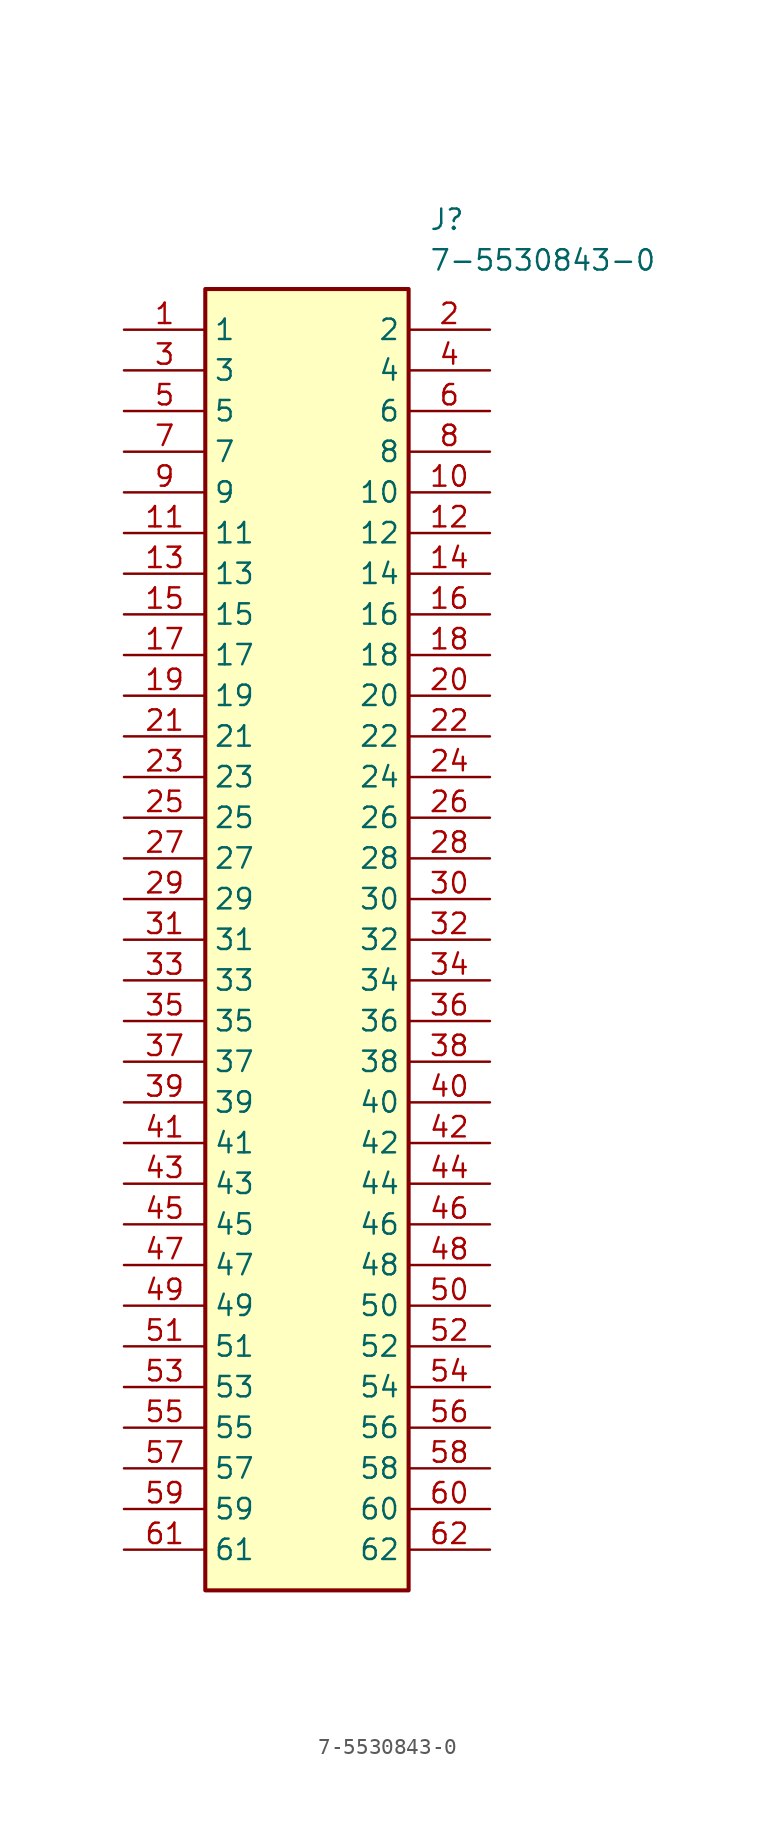
<source format=kicad_sym>
(kicad_symbol_lib
  (version 20211014)
  (generator SamacSys_ECAD_Model)
  (symbol "7-5530843-0"
    (property "Reference" "J"
      (at 19.05 7.62 0)
      (effects (font (size 1.27 1.27)) (justify left top)))
    (property "Value" "7-5530843-0"
      (at 19.05 5.08 0)
      (effects (font (size 1.27 1.27)) (justify left top)))
    (rectangle
      (start 5.08 2.54)
      (end 17.78 -78.74)
      (stroke (width 0.254) (type default))
      (fill (type background)))
    (pin passive line
      (at 0 0 0)
      (length 5.08)
      (name "1" (effects (font (size 1.27 1.27))))
      (number "1" (effects (font (size 1.27 1.27)))))
    (pin passive line
      (at 22.86 0 180)
      (length 5.08)
      (name "2" (effects (font (size 1.27 1.27))))
      (number "2" (effects (font (size 1.27 1.27)))))
    (pin passive line
      (at 0 -2.54 0)
      (length 5.08)
      (name "3" (effects (font (size 1.27 1.27))))
      (number "3" (effects (font (size 1.27 1.27)))))
    (pin passive line
      (at 22.86 -2.54 180)
      (length 5.08)
      (name "4" (effects (font (size 1.27 1.27))))
      (number "4" (effects (font (size 1.27 1.27)))))
    (pin passive line
      (at 0 -5.08 0)
      (length 5.08)
      (name "5" (effects (font (size 1.27 1.27))))
      (number "5" (effects (font (size 1.27 1.27)))))
    (pin passive line
      (at 22.86 -5.08 180)
      (length 5.08)
      (name "6" (effects (font (size 1.27 1.27))))
      (number "6" (effects (font (size 1.27 1.27)))))
    (pin passive line
      (at 0 -7.62 0)
      (length 5.08)
      (name "7" (effects (font (size 1.27 1.27))))
      (number "7" (effects (font (size 1.27 1.27)))))
    (pin passive line
      (at 22.86 -7.62 180)
      (length 5.08)
      (name "8" (effects (font (size 1.27 1.27))))
      (number "8" (effects (font (size 1.27 1.27)))))
    (pin passive line
      (at 0 -10.16 0)
      (length 5.08)
      (name "9" (effects (font (size 1.27 1.27))))
      (number "9" (effects (font (size 1.27 1.27)))))
    (pin passive line
      (at 22.86 -10.16 180)
      (length 5.08)
      (name "10" (effects (font (size 1.27 1.27))))
      (number "10" (effects (font (size 1.27 1.27)))))
    (pin passive line
      (at 0 -12.7 0)
      (length 5.08)
      (name "11" (effects (font (size 1.27 1.27))))
      (number "11" (effects (font (size 1.27 1.27)))))
    (pin passive line
      (at 22.86 -12.7 180)
      (length 5.08)
      (name "12" (effects (font (size 1.27 1.27))))
      (number "12" (effects (font (size 1.27 1.27)))))
    (pin passive line
      (at 0 -15.24 0)
      (length 5.08)
      (name "13" (effects (font (size 1.27 1.27))))
      (number "13" (effects (font (size 1.27 1.27)))))
    (pin passive line
      (at 22.86 -15.24 180)
      (length 5.08)
      (name "14" (effects (font (size 1.27 1.27))))
      (number "14" (effects (font (size 1.27 1.27)))))
    (pin passive line
      (at 0 -17.78 0)
      (length 5.08)
      (name "15" (effects (font (size 1.27 1.27))))
      (number "15" (effects (font (size 1.27 1.27)))))
    (pin passive line
      (at 22.86 -17.78 180)
      (length 5.08)
      (name "16" (effects (font (size 1.27 1.27))))
      (number "16" (effects (font (size 1.27 1.27)))))
    (pin passive line
      (at 0 -20.32 0)
      (length 5.08)
      (name "17" (effects (font (size 1.27 1.27))))
      (number "17" (effects (font (size 1.27 1.27)))))
    (pin passive line
      (at 22.86 -20.32 180)
      (length 5.08)
      (name "18" (effects (font (size 1.27 1.27))))
      (number "18" (effects (font (size 1.27 1.27)))))
    (pin passive line
      (at 0 -22.86 0)
      (length 5.08)
      (name "19" (effects (font (size 1.27 1.27))))
      (number "19" (effects (font (size 1.27 1.27)))))
    (pin passive line
      (at 22.86 -22.86 180)
      (length 5.08)
      (name "20" (effects (font (size 1.27 1.27))))
      (number "20" (effects (font (size 1.27 1.27)))))
    (pin passive line
      (at 0 -25.4 0)
      (length 5.08)
      (name "21" (effects (font (size 1.27 1.27))))
      (number "21" (effects (font (size 1.27 1.27)))))
    (pin passive line
      (at 22.86 -25.4 180)
      (length 5.08)
      (name "22" (effects (font (size 1.27 1.27))))
      (number "22" (effects (font (size 1.27 1.27)))))
    (pin passive line
      (at 0 -27.94 0)
      (length 5.08)
      (name "23" (effects (font (size 1.27 1.27))))
      (number "23" (effects (font (size 1.27 1.27)))))
    (pin passive line
      (at 22.86 -27.94 180)
      (length 5.08)
      (name "24" (effects (font (size 1.27 1.27))))
      (number "24" (effects (font (size 1.27 1.27)))))
    (pin passive line
      (at 0 -30.48 0)
      (length 5.08)
      (name "25" (effects (font (size 1.27 1.27))))
      (number "25" (effects (font (size 1.27 1.27)))))
    (pin passive line
      (at 22.86 -30.48 180)
      (length 5.08)
      (name "26" (effects (font (size 1.27 1.27))))
      (number "26" (effects (font (size 1.27 1.27)))))
    (pin passive line
      (at 0 -33.02 0)
      (length 5.08)
      (name "27" (effects (font (size 1.27 1.27))))
      (number "27" (effects (font (size 1.27 1.27)))))
    (pin passive line
      (at 22.86 -33.02 180)
      (length 5.08)
      (name "28" (effects (font (size 1.27 1.27))))
      (number "28" (effects (font (size 1.27 1.27)))))
    (pin passive line
      (at 0 -35.56 0)
      (length 5.08)
      (name "29" (effects (font (size 1.27 1.27))))
      (number "29" (effects (font (size 1.27 1.27)))))
    (pin passive line
      (at 22.86 -35.56 180)
      (length 5.08)
      (name "30" (effects (font (size 1.27 1.27))))
      (number "30" (effects (font (size 1.27 1.27)))))
    (pin passive line
      (at 0 -38.1 0)
      (length 5.08)
      (name "31" (effects (font (size 1.27 1.27))))
      (number "31" (effects (font (size 1.27 1.27)))))
    (pin passive line
      (at 22.86 -38.1 180)
      (length 5.08)
      (name "32" (effects (font (size 1.27 1.27))))
      (number "32" (effects (font (size 1.27 1.27)))))
    (pin passive line
      (at 0 -40.64 0)
      (length 5.08)
      (name "33" (effects (font (size 1.27 1.27))))
      (number "33" (effects (font (size 1.27 1.27)))))
    (pin passive line
      (at 22.86 -40.64 180)
      (length 5.08)
      (name "34" (effects (font (size 1.27 1.27))))
      (number "34" (effects (font (size 1.27 1.27)))))
    (pin passive line
      (at 0 -43.18 0)
      (length 5.08)
      (name "35" (effects (font (size 1.27 1.27))))
      (number "35" (effects (font (size 1.27 1.27)))))
    (pin passive line
      (at 22.86 -43.18 180)
      (length 5.08)
      (name "36" (effects (font (size 1.27 1.27))))
      (number "36" (effects (font (size 1.27 1.27)))))
    (pin passive line
      (at 0 -45.72 0)
      (length 5.08)
      (name "37" (effects (font (size 1.27 1.27))))
      (number "37" (effects (font (size 1.27 1.27)))))
    (pin passive line
      (at 22.86 -45.72 180)
      (length 5.08)
      (name "38" (effects (font (size 1.27 1.27))))
      (number "38" (effects (font (size 1.27 1.27)))))
    (pin passive line
      (at 0 -48.26 0)
      (length 5.08)
      (name "39" (effects (font (size 1.27 1.27))))
      (number "39" (effects (font (size 1.27 1.27)))))
    (pin passive line
      (at 22.86 -48.26 180)
      (length 5.08)
      (name "40" (effects (font (size 1.27 1.27))))
      (number "40" (effects (font (size 1.27 1.27)))))
    (pin passive line
      (at 0 -50.8 0)
      (length 5.08)
      (name "41" (effects (font (size 1.27 1.27))))
      (number "41" (effects (font (size 1.27 1.27)))))
    (pin passive line
      (at 22.86 -50.8 180)
      (length 5.08)
      (name "42" (effects (font (size 1.27 1.27))))
      (number "42" (effects (font (size 1.27 1.27)))))
    (pin passive line
      (at 0 -53.34 0)
      (length 5.08)
      (name "43" (effects (font (size 1.27 1.27))))
      (number "43" (effects (font (size 1.27 1.27)))))
    (pin passive line
      (at 22.86 -53.34 180)
      (length 5.08)
      (name "44" (effects (font (size 1.27 1.27))))
      (number "44" (effects (font (size 1.27 1.27)))))
    (pin passive line
      (at 0 -55.88 0)
      (length 5.08)
      (name "45" (effects (font (size 1.27 1.27))))
      (number "45" (effects (font (size 1.27 1.27)))))
    (pin passive line
      (at 22.86 -55.88 180)
      (length 5.08)
      (name "46" (effects (font (size 1.27 1.27))))
      (number "46" (effects (font (size 1.27 1.27)))))
    (pin passive line
      (at 0 -58.42 0)
      (length 5.08)
      (name "47" (effects (font (size 1.27 1.27))))
      (number "47" (effects (font (size 1.27 1.27)))))
    (pin passive line
      (at 22.86 -58.42 180)
      (length 5.08)
      (name "48" (effects (font (size 1.27 1.27))))
      (number "48" (effects (font (size 1.27 1.27)))))
    (pin passive line
      (at 0 -60.96 0)
      (length 5.08)
      (name "49" (effects (font (size 1.27 1.27))))
      (number "49" (effects (font (size 1.27 1.27)))))
    (pin passive line
      (at 22.86 -60.96 180)
      (length 5.08)
      (name "50" (effects (font (size 1.27 1.27))))
      (number "50" (effects (font (size 1.27 1.27)))))
    (pin passive line
      (at 0 -63.5 0)
      (length 5.08)
      (name "51" (effects (font (size 1.27 1.27))))
      (number "51" (effects (font (size 1.27 1.27)))))
    (pin passive line
      (at 22.86 -63.5 180)
      (length 5.08)
      (name "52" (effects (font (size 1.27 1.27))))
      (number "52" (effects (font (size 1.27 1.27)))))
    (pin passive line
      (at 0 -66.04 0)
      (length 5.08)
      (name "53" (effects (font (size 1.27 1.27))))
      (number "53" (effects (font (size 1.27 1.27)))))
    (pin passive line
      (at 22.86 -66.04 180)
      (length 5.08)
      (name "54" (effects (font (size 1.27 1.27))))
      (number "54" (effects (font (size 1.27 1.27)))))
    (pin passive line
      (at 0 -68.58 0)
      (length 5.08)
      (name "55" (effects (font (size 1.27 1.27))))
      (number "55" (effects (font (size 1.27 1.27)))))
    (pin passive line
      (at 22.86 -68.58 180)
      (length 5.08)
      (name "56" (effects (font (size 1.27 1.27))))
      (number "56" (effects (font (size 1.27 1.27)))))
    (pin passive line
      (at 0 -71.12 0)
      (length 5.08)
      (name "57" (effects (font (size 1.27 1.27))))
      (number "57" (effects (font (size 1.27 1.27)))))
    (pin passive line
      (at 22.86 -71.12 180)
      (length 5.08)
      (name "58" (effects (font (size 1.27 1.27))))
      (number "58" (effects (font (size 1.27 1.27)))))
    (pin passive line
      (at 0 -73.66 0)
      (length 5.08)
      (name "59" (effects (font (size 1.27 1.27))))
      (number "59" (effects (font (size 1.27 1.27)))))
    (pin passive line
      (at 22.86 -73.66 180)
      (length 5.08)
      (name "60" (effects (font (size 1.27 1.27))))
      (number "60" (effects (font (size 1.27 1.27)))))
    (pin passive line
      (at 0 -76.2 0)
      (length 5.08)
      (name "61" (effects (font (size 1.27 1.27))))
      (number "61" (effects (font (size 1.27 1.27)))))
    (pin passive line
      (at 22.86 -76.2 180)
      (length 5.08)
      (name "62" (effects (font (size 1.27 1.27))))
      (number "62" (effects (font (size 1.27 1.27)))))))
</source>
